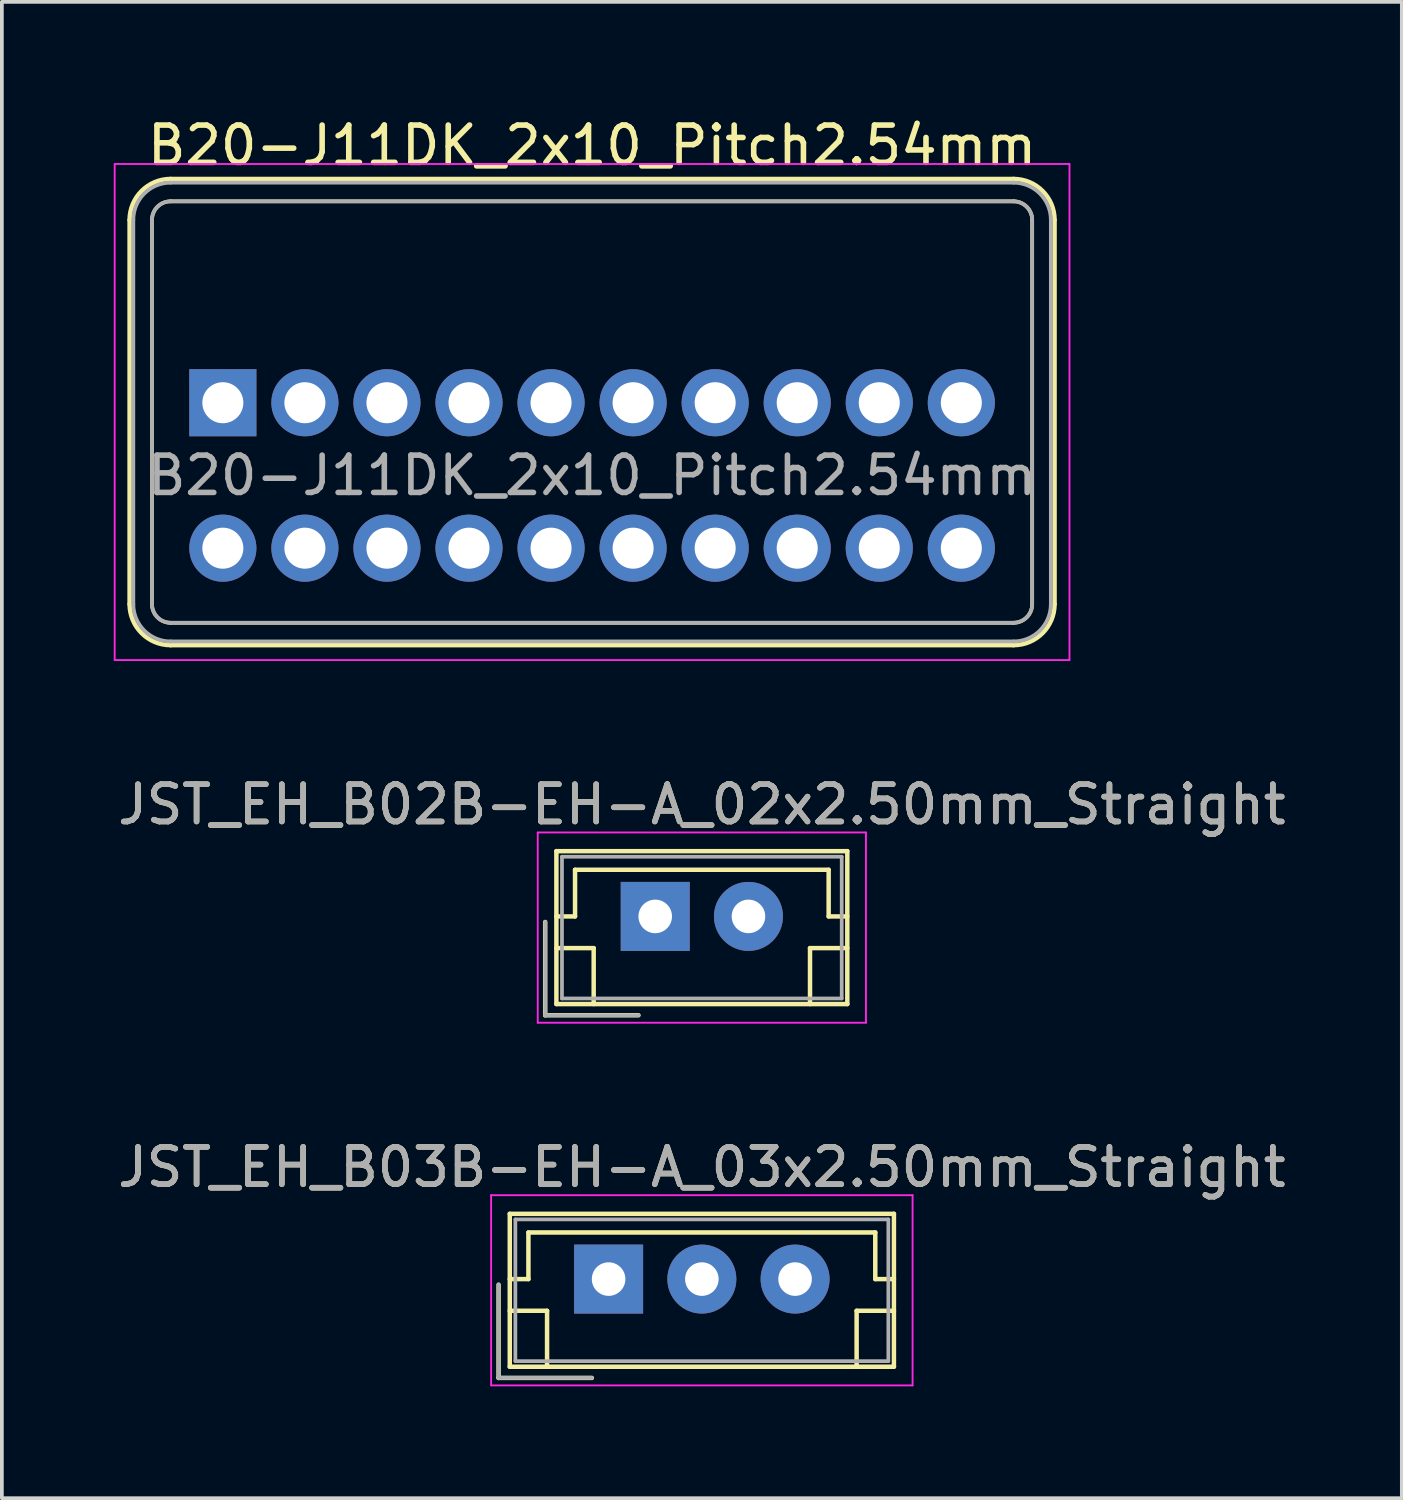
<source format=kicad_pcb>
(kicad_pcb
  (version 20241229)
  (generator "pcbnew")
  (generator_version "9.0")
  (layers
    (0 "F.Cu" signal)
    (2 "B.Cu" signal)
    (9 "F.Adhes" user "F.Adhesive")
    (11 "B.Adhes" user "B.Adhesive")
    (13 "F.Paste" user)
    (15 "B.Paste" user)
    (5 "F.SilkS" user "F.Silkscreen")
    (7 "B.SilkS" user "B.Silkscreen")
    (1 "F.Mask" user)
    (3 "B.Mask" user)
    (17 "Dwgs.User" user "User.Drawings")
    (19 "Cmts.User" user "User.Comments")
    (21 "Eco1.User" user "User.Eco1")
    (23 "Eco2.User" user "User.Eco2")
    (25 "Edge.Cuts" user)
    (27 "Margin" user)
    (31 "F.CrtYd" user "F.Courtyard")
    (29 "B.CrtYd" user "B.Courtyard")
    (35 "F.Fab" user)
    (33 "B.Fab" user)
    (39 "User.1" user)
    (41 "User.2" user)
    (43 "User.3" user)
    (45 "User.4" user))
  (footprint "JST_EH_B02B-EH-A_02x2.50mm_Straight"
    (layer "F.Cu")
    (at 14.518 21.521)
    (property "Reference" "JST_EH_B02B-EH-A_02x2.50mm_Straight" (at 1.25 -3 0) (layer "F.SilkS") (effects (font (size 1 1) (thickness 0.15))))
    (attr through_hole)
    (fp_line (start -2.95 0.15) (end -2.95 2.65) (stroke (width 0.12) (type solid)) (layer "F.SilkS"))
    (fp_line (start -2.95 2.65) (end -0.45 2.65) (stroke (width 0.12) (type solid)) (layer "F.SilkS"))
    (fp_line (start -2.65 -1.75) (end -2.65 2.35) (stroke (width 0.12) (type solid)) (layer "F.SilkS"))
    (fp_line (start -2.65 0) (end -2.15 0) (stroke (width 0.12) (type solid)) (layer "F.SilkS"))
    (fp_line (start -2.65 0.85) (end -1.65 0.85) (stroke (width 0.12) (type solid)) (layer "F.SilkS"))
    (fp_line (start -2.65 2.35) (end 5.15 2.35) (stroke (width 0.12) (type solid)) (layer "F.SilkS"))
    (fp_line (start -2.15 -1.25) (end 4.65 -1.25) (stroke (width 0.12) (type solid)) (layer "F.SilkS"))
    (fp_line (start -2.15 0) (end -2.15 -1.25) (stroke (width 0.12) (type solid)) (layer "F.SilkS"))
    (fp_line (start -1.65 0.85) (end -1.65 2.35) (stroke (width 0.12) (type solid)) (layer "F.SilkS"))
    (fp_line (start 4.15 0.85) (end 4.15 2.35) (stroke (width 0.12) (type solid)) (layer "F.SilkS"))
    (fp_line (start 4.65 -1.25) (end 4.65 0) (stroke (width 0.12) (type solid)) (layer "F.SilkS"))
    (fp_line (start 4.65 0) (end 5.15 0) (stroke (width 0.12) (type solid)) (layer "F.SilkS"))
    (fp_line (start 5.15 -1.75) (end -2.65 -1.75) (stroke (width 0.12) (type solid)) (layer "F.SilkS"))
    (fp_line (start 5.15 0.85) (end 4.15 0.85) (stroke (width 0.12) (type solid)) (layer "F.SilkS"))
    (fp_line (start 5.15 2.35) (end 5.15 -1.75) (stroke (width 0.12) (type solid)) (layer "F.SilkS"))
    (fp_line (start -3.15 -2.25) (end -3.15 2.85) (stroke (width 0.05) (type solid)) (layer "F.CrtYd"))
    (fp_line (start -3.15 2.85) (end 5.65 2.85) (stroke (width 0.05) (type solid)) (layer "F.CrtYd"))
    (fp_line (start 5.65 -2.25) (end -3.15 -2.25) (stroke (width 0.05) (type solid)) (layer "F.CrtYd"))
    (fp_line (start 5.65 2.85) (end 5.65 -2.25) (stroke (width 0.05) (type solid)) (layer "F.CrtYd"))
    (fp_line (start -2.95 0.15) (end -2.95 2.65) (stroke (width 0.1) (type solid)) (layer "F.Fab"))
    (fp_line (start -2.95 2.65) (end -0.45 2.65) (stroke (width 0.1) (type solid)) (layer "F.Fab"))
    (fp_line (start -2.5 -1.6) (end -2.5 2.2) (stroke (width 0.1) (type solid)) (layer "F.Fab"))
    (fp_line (start -2.5 2.2) (end 5 2.2) (stroke (width 0.1) (type solid)) (layer "F.Fab"))
    (fp_line (start 5 -1.6) (end -2.5 -1.6) (stroke (width 0.1) (type solid)) (layer "F.Fab"))
    (fp_line (start 5 2.2) (end 5 -1.6) (stroke (width 0.1) (type solid)) (layer "F.Fab"))
    (fp_text user "${REFERENCE}" (at 1.25 -3 0) (layer "F.Fab") (effects (font (size 1 1) (thickness 0.15))))
    (pad "1" thru_hole rect (at 0 0) (size 1.85 1.85) (drill 0.9) (layers "*.Cu" "*.Mask"))
    (pad "2" thru_hole circle (at 2.5 0) (size 1.85 1.85) (drill 0.9) (layers "*.Cu" "*.Mask")))
  (footprint "JST_EH_B03B-EH-A_03x2.50mm_Straight"
    (layer "F.Cu")
    (at 13.268 31.245)
    (property "Reference" "JST_EH_B03B-EH-A_03x2.50mm_Straight" (at 2.5 -3 0) (layer "F.SilkS") (effects (font (size 1 1) (thickness 0.15))))
    (attr through_hole)
    (fp_line (start -2.95 0.15) (end -2.95 2.65) (stroke (width 0.12) (type solid)) (layer "F.SilkS"))
    (fp_line (start -2.95 2.65) (end -0.45 2.65) (stroke (width 0.12) (type solid)) (layer "F.SilkS"))
    (fp_line (start -2.65 -1.75) (end -2.65 2.35) (stroke (width 0.12) (type solid)) (layer "F.SilkS"))
    (fp_line (start -2.65 0) (end -2.15 0) (stroke (width 0.12) (type solid)) (layer "F.SilkS"))
    (fp_line (start -2.65 0.85) (end -1.65 0.85) (stroke (width 0.12) (type solid)) (layer "F.SilkS"))
    (fp_line (start -2.65 2.35) (end 7.65 2.35) (stroke (width 0.12) (type solid)) (layer "F.SilkS"))
    (fp_line (start -2.15 -1.25) (end 7.15 -1.25) (stroke (width 0.12) (type solid)) (layer "F.SilkS"))
    (fp_line (start -2.15 0) (end -2.15 -1.25) (stroke (width 0.12) (type solid)) (layer "F.SilkS"))
    (fp_line (start -1.65 0.85) (end -1.65 2.35) (stroke (width 0.12) (type solid)) (layer "F.SilkS"))
    (fp_line (start 6.65 0.85) (end 6.65 2.35) (stroke (width 0.12) (type solid)) (layer "F.SilkS"))
    (fp_line (start 7.15 -1.25) (end 7.15 0) (stroke (width 0.12) (type solid)) (layer "F.SilkS"))
    (fp_line (start 7.15 0) (end 7.65 0) (stroke (width 0.12) (type solid)) (layer "F.SilkS"))
    (fp_line (start 7.65 -1.75) (end -2.65 -1.75) (stroke (width 0.12) (type solid)) (layer "F.SilkS"))
    (fp_line (start 7.65 0.85) (end 6.65 0.85) (stroke (width 0.12) (type solid)) (layer "F.SilkS"))
    (fp_line (start 7.65 2.35) (end 7.65 -1.75) (stroke (width 0.12) (type solid)) (layer "F.SilkS"))
    (fp_line (start -3.15 -2.25) (end -3.15 2.85) (stroke (width 0.05) (type solid)) (layer "F.CrtYd"))
    (fp_line (start -3.15 2.85) (end 8.15 2.85) (stroke (width 0.05) (type solid)) (layer "F.CrtYd"))
    (fp_line (start 8.15 -2.25) (end -3.15 -2.25) (stroke (width 0.05) (type solid)) (layer "F.CrtYd"))
    (fp_line (start 8.15 2.85) (end 8.15 -2.25) (stroke (width 0.05) (type solid)) (layer "F.CrtYd"))
    (fp_line (start -2.95 0.15) (end -2.95 2.65) (stroke (width 0.1) (type solid)) (layer "F.Fab"))
    (fp_line (start -2.95 2.65) (end -0.45 2.65) (stroke (width 0.1) (type solid)) (layer "F.Fab"))
    (fp_line (start -2.5 -1.6) (end -2.5 2.2) (stroke (width 0.1) (type solid)) (layer "F.Fab"))
    (fp_line (start -2.5 2.2) (end 7.5 2.2) (stroke (width 0.1) (type solid)) (layer "F.Fab"))
    (fp_line (start 7.5 -1.6) (end -2.5 -1.6) (stroke (width 0.1) (type solid)) (layer "F.Fab"))
    (fp_line (start 7.5 2.2) (end 7.5 -1.6) (stroke (width 0.1) (type solid)) (layer "F.Fab"))
    (fp_text user "${REFERENCE}" (at 2.5 -3 0) (layer "F.Fab") (effects (font (size 1 1) (thickness 0.15))))
    (pad "1" thru_hole rect (at 0 0) (size 1.85 1.85) (drill 0.9) (layers "*.Cu" "*.Mask"))
    (pad "2" thru_hole circle (at 2.5 0) (size 1.85 1.85) (drill 0.9) (layers "*.Cu" "*.Mask"))
    (pad "3" thru_hole circle (at 5 0) (size 1.85 1.85) (drill 0.9) (layers "*.Cu" "*.Mask")))
  (footprint "B20-J11DK_2x10_Pitch2.54mm"
    (layer "F.Cu")
    (at 2.925 7.748)
    (property "Reference" "B20-J11DK_2x10_Pitch2.54mm" (at 9.9 -6.9 0) (layer "F.SilkS") (effects (font (size 1 1) (thickness 0.15))))
    (attr through_hole)
    (fp_line (start -2.5 -4.9) (end -2.5 5.4) (stroke (width 0.12) (type solid)) (layer "F.SilkS"))
    (fp_line (start -1.9 -4.9) (end -1.9 5.4) (stroke (width 0.1) (type solid)) (layer "F.SilkS"))
    (fp_line (start -1.4 -6) (end 21.2 -6) (stroke (width 0.12) (type solid)) (layer "F.SilkS"))
    (fp_line (start -1.4 -5.4) (end 21.2 -5.4) (stroke (width 0.1) (type solid)) (layer "F.SilkS"))
    (fp_line (start -1.4 5.9) (end 21.2 5.9) (stroke (width 0.1) (type solid)) (layer "F.SilkS"))
    (fp_line (start -1.4 6.5) (end 21.2 6.5) (stroke (width 0.12) (type solid)) (layer "F.SilkS"))
    (fp_line (start 21.7 -4.9) (end 21.7 5.4) (stroke (width 0.1) (type solid)) (layer "F.SilkS"))
    (fp_line (start 22.3 -4.9) (end 22.3 5.4) (stroke (width 0.12) (type solid)) (layer "F.SilkS"))
    (fp_arc (start -2.5 -4.9) (mid -2.177817 -5.677817) (end -1.4 -6) (stroke (width 0.12) (type solid)) (layer "F.SilkS"))
    (fp_arc (start -1.9 -4.9) (mid -1.753553 -5.253553) (end -1.4 -5.4) (stroke (width 0.1) (type solid)) (layer "F.SilkS"))
    (fp_arc (start -1.4 5.9) (mid -1.753553 5.753553) (end -1.9 5.4) (stroke (width 0.1) (type solid)) (layer "F.SilkS"))
    (fp_arc (start -1.4 6.5) (mid -2.177817 6.177817) (end -2.5 5.4) (stroke (width 0.12) (type solid)) (layer "F.SilkS"))
    (fp_arc (start 21.2 -6) (mid 21.977817 -5.677817) (end 22.3 -4.9) (stroke (width 0.12) (type solid)) (layer "F.SilkS"))
    (fp_arc (start 21.2 -5.4) (mid 21.553553 -5.253553) (end 21.7 -4.9) (stroke (width 0.1) (type solid)) (layer "F.SilkS"))
    (fp_arc (start 21.7 5.4) (mid 21.553553 5.753553) (end 21.2 5.9) (stroke (width 0.1) (type solid)) (layer "F.SilkS"))
    (fp_arc (start 22.3 5.4) (mid 21.977817 6.177817) (end 21.2 6.5) (stroke (width 0.12) (type solid)) (layer "F.SilkS"))
    (fp_line (start -2.9 -6.4) (end -2.9 6.9) (stroke (width 0.05) (type solid)) (layer "F.CrtYd"))
    (fp_line (start -2.9 6.9) (end 22.7 6.9) (stroke (width 0.05) (type solid)) (layer "F.CrtYd"))
    (fp_line (start 22.7 -6.4) (end -2.9 -6.4) (stroke (width 0.05) (type solid)) (layer "F.CrtYd"))
    (fp_line (start 22.7 6.9) (end 22.7 -6.4) (stroke (width 0.05) (type solid)) (layer "F.CrtYd"))
    (fp_line (start -2.4 -4.9) (end -2.4 5.4) (stroke (width 0.1) (type solid)) (layer "F.Fab"))
    (fp_line (start -1.9 -4.9) (end -1.9 5.4) (stroke (width 0.1) (type solid)) (layer "F.Fab"))
    (fp_line (start -1.4 -5.9) (end 21.2 -5.9) (stroke (width 0.1) (type solid)) (layer "F.Fab"))
    (fp_line (start -1.4 -5.4) (end 21.2 -5.4) (stroke (width 0.1) (type solid)) (layer "F.Fab"))
    (fp_line (start -1.4 5.9) (end 21.2 5.9) (stroke (width 0.1) (type solid)) (layer "F.Fab"))
    (fp_line (start -1.4 6.4) (end 21.2 6.4) (stroke (width 0.1) (type solid)) (layer "F.Fab"))
    (fp_line (start 21.7 -4.9) (end 21.7 5.4) (stroke (width 0.1) (type solid)) (layer "F.Fab"))
    (fp_line (start 22.2 -4.9) (end 22.2 5.4) (stroke (width 0.1) (type solid)) (layer "F.Fab"))
    (fp_arc (start -2.4 -4.9) (mid -2.107107 -5.607107) (end -1.4 -5.9) (stroke (width 0.1) (type solid)) (layer "F.Fab"))
    (fp_arc (start -1.9 -4.9) (mid -1.753553 -5.253553) (end -1.4 -5.4) (stroke (width 0.1) (type solid)) (layer "F.Fab"))
    (fp_arc (start -1.4 5.9) (mid -1.753553 5.753553) (end -1.9 5.4) (stroke (width 0.1) (type solid)) (layer "F.Fab"))
    (fp_arc (start -1.4 6.4) (mid -2.107107 6.107107) (end -2.4 5.4) (stroke (width 0.1) (type solid)) (layer "F.Fab"))
    (fp_arc (start 21.2 -5.9) (mid 21.907107 -5.607107) (end 22.2 -4.9) (stroke (width 0.1) (type solid)) (layer "F.Fab"))
    (fp_arc (start 21.2 -5.4) (mid 21.553553 -5.253553) (end 21.7 -4.9) (stroke (width 0.1) (type solid)) (layer "F.Fab"))
    (fp_arc (start 21.7 5.4) (mid 21.553553 5.753553) (end 21.2 5.9) (stroke (width 0.1) (type solid)) (layer "F.Fab"))
    (fp_arc (start 22.2 5.4) (mid 21.907107 6.107107) (end 21.2 6.4) (stroke (width 0.1) (type solid)) (layer "F.Fab"))
    (fp_text user "${REFERENCE}" (at 9.9 1.95 0) (layer "F.Fab") (effects (font (size 1 1) (thickness 0.15))))
    (pad "1" thru_hole rect (at 0 0) (size 1.8 1.8) (drill 1.1) (layers "*.Cu" "*.Mask"))
    (pad "2" thru_hole circle (at 0 3.9) (size 1.8 1.8) (drill 1.1) (layers "*.Cu" "*.Mask"))
    (pad "3" thru_hole circle (at 2.2 0) (size 1.8 1.8) (drill 1.1) (layers "*.Cu" "*.Mask"))
    (pad "4" thru_hole circle (at 2.2 3.9) (size 1.8 1.8) (drill 1.1) (layers "*.Cu" "*.Mask"))
    (pad "5" thru_hole circle (at 4.4 0) (size 1.8 1.8) (drill 1.1) (layers "*.Cu" "*.Mask"))
    (pad "6" thru_hole circle (at 4.4 3.9) (size 1.8 1.8) (drill 1.1) (layers "*.Cu" "*.Mask"))
    (pad "7" thru_hole circle (at 6.6 0) (size 1.8 1.8) (drill 1.1) (layers "*.Cu" "*.Mask"))
    (pad "8" thru_hole circle (at 6.6 3.9) (size 1.8 1.8) (drill 1.1) (layers "*.Cu" "*.Mask"))
    (pad "9" thru_hole circle (at 8.8 0) (size 1.8 1.8) (drill 1.1) (layers "*.Cu" "*.Mask"))
    (pad "10" thru_hole circle (at 8.8 3.9) (size 1.8 1.8) (drill 1.1) (layers "*.Cu" "*.Mask"))
    (pad "11" thru_hole circle (at 11 0) (size 1.8 1.8) (drill 1.1) (layers "*.Cu" "*.Mask"))
    (pad "12" thru_hole circle (at 11 3.9) (size 1.8 1.8) (drill 1.1) (layers "*.Cu" "*.Mask"))
    (pad "13" thru_hole circle (at 13.2 0) (size 1.8 1.8) (drill 1.1) (layers "*.Cu" "*.Mask"))
    (pad "14" thru_hole circle (at 13.2 3.9) (size 1.8 1.8) (drill 1.1) (layers "*.Cu" "*.Mask"))
    (pad "15" thru_hole circle (at 15.4 0) (size 1.8 1.8) (drill 1.1) (layers "*.Cu" "*.Mask"))
    (pad "16" thru_hole circle (at 15.4 3.9) (size 1.8 1.8) (drill 1.1) (layers "*.Cu" "*.Mask"))
    (pad "17" thru_hole circle (at 17.6 0) (size 1.8 1.8) (drill 1.1) (layers "*.Cu" "*.Mask"))
    (pad "18" thru_hole circle (at 17.6 3.9) (size 1.8 1.8) (drill 1.1) (layers "*.Cu" "*.Mask"))
    (pad "19" thru_hole circle (at 19.8 0) (size 1.8 1.8) (drill 1.1) (layers "*.Cu" "*.Mask"))
    (pad "20" thru_hole circle (at 19.8 3.9) (size 1.8 1.8) (drill 1.1) (layers "*.Cu" "*.Mask")))
  (gr_rect
    (start -3 -3)
    (end 34.536 37.12)
    (stroke (width 0.1) (type default))
    (fill no)
    (layer "Edge.Cuts")))
</source>
